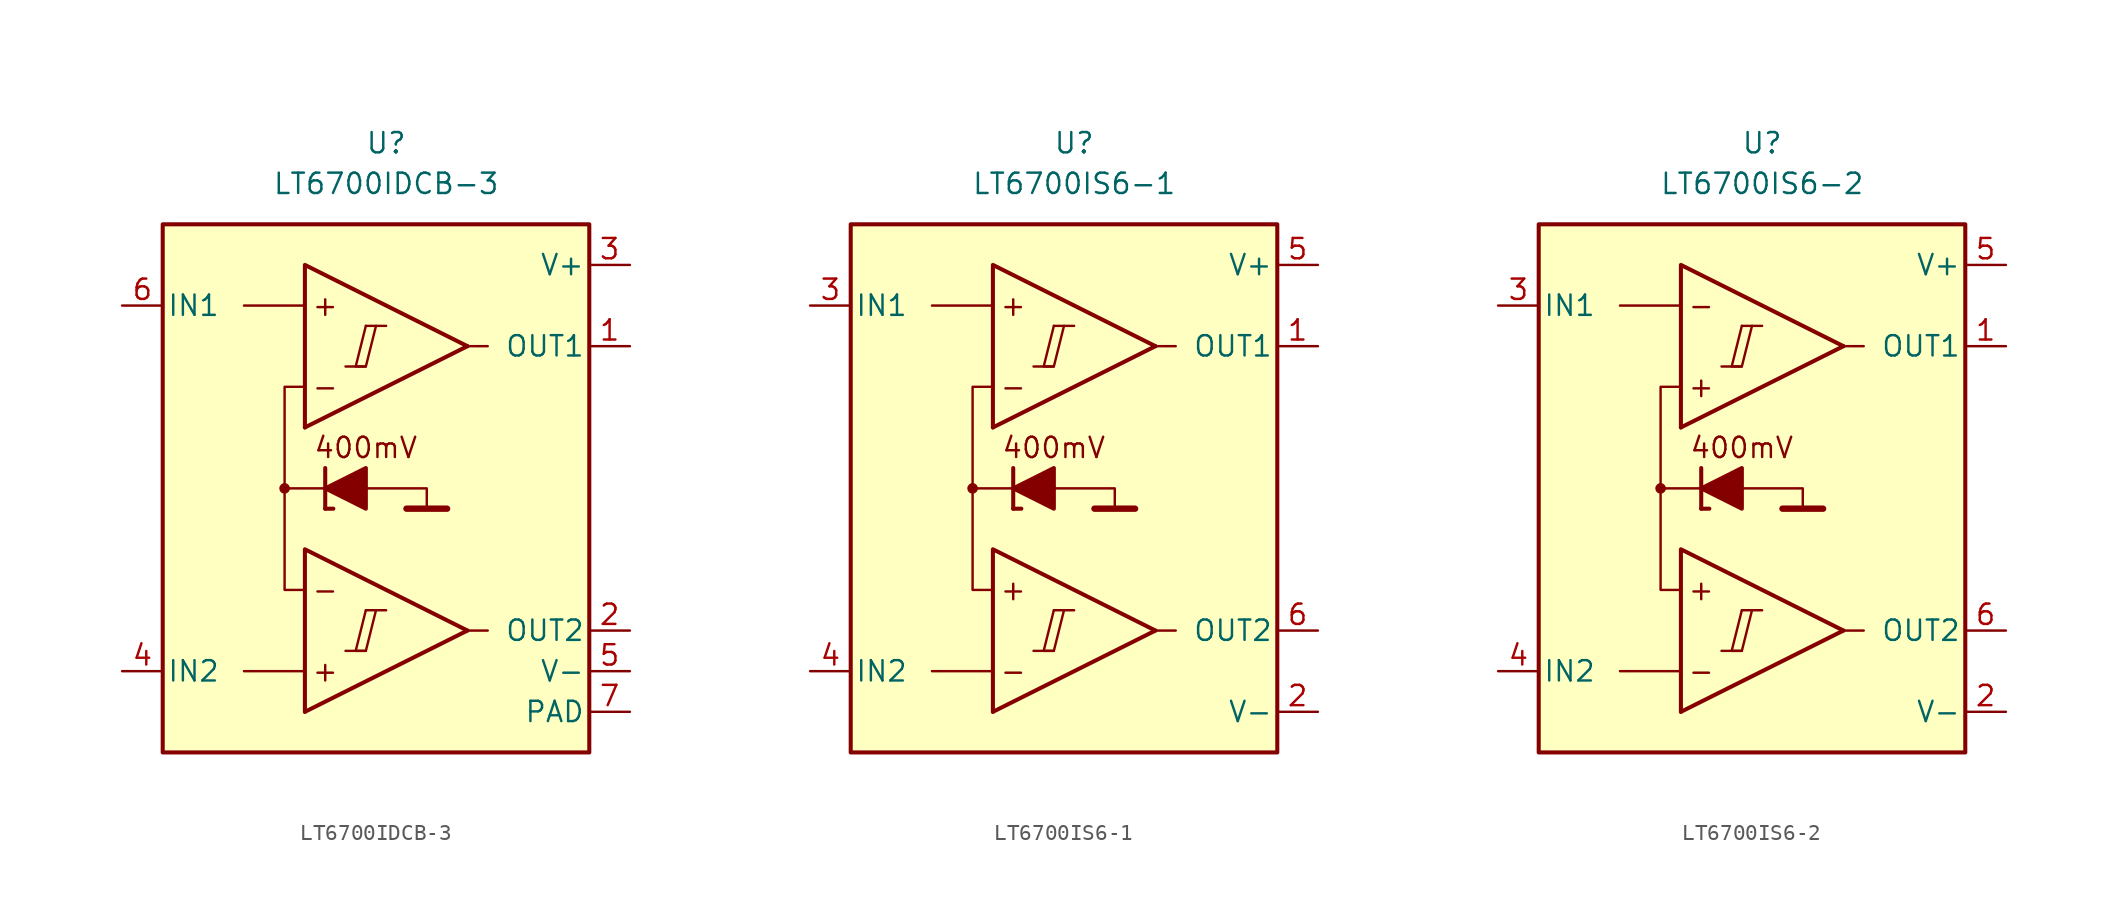
<source format=kicad_sym>
(kicad_symbol_lib
  (version 20231120)
  (generator "kicad_symbol_editor")
  (generator_version "8.0")
  (symbol "LT6700IDCB-3"
    (pin_names
      (offset 0.254))
    (property "Reference" "U"
      (at 0 22.86 0)
      (effects (font (size 1.27 1.27))))
    (property "Value" "LT6700IDCB-3"
      (at 0 20.32 0)
      (effects (font (size 1.27 1.27))))
    (symbol "LT6700IDCB-3_0_0"
      (rectangle (start -13.97 17.78) (end 12.7 -15.24) (stroke (width 0.254) (type default)) (fill (type background)))
      (circle (center -6.35 1.27) (radius 0.254) (stroke (width 0.152) (type default)) (fill (type outline)))
      (polyline (pts (xy -2.54 -8.89) (xy -1.27 -8.89)) (stroke (width 0.152) (type default)) (fill (type none)))
      (polyline (pts (xy -2.54 8.89) (xy -1.27 8.89)) (stroke (width 0.152) (type default)) (fill (type none)))
      (polyline (pts (xy -1.27 -6.35) (xy 0 -6.35)) (stroke (width 0.152) (type default)) (fill (type none)))
      (polyline (pts (xy -1.27 11.43) (xy 0 11.43)) (stroke (width 0.152) (type default)) (fill (type none)))
      (polyline (pts (xy 5.08 -7.62) (xy -5.08 -12.7)) (stroke (width 0.254) (type default)) (fill (type none)))
      (polyline (pts (xy 5.08 10.16) (xy -5.08 5.08)) (stroke (width 0.254) (type default)) (fill (type none)))
      (polyline (pts (xy 5.08 -7.62) (xy -5.08 -2.54) (xy -5.08 -12.7)) (stroke (width 0.254) (type default)) (fill (type background)))
      (polyline (pts (xy 5.08 10.16) (xy -5.08 15.24) (xy -5.08 5.08)) (stroke (width 0.254) (type default)) (fill (type background)))
      (polyline (pts (xy -1.27 -6.35) (xy -1.905 -8.89) (xy -1.27 -8.89) (xy -0.635 -6.35)) (stroke (width 0.152) (type default)) (fill (type none)))
      (polyline (pts (xy -1.27 11.43) (xy -1.905 8.89) (xy -1.27 8.89) (xy -0.635 11.43)) (stroke (width 0.152) (type default)) (fill (type none)))
      (text "+" (at -3.81 -10.16 0) (effects (font (size 1.27 1.27))))
      (text "+" (at -3.81 12.7 0) (effects (font (size 1.27 1.27))))
      (text "-" (at -3.81 -5.08 0) (effects (font (size 1.27 1.27))))
      (text "-" (at -3.81 7.62 0) (effects (font (size 1.27 1.27)))))
    (symbol "LT6700IDCB-3_0_1"
      (polyline (pts (xy -5.08 -10.16) (xy -8.89 -10.16)) (stroke (width 0) (type default)) (fill (type none)))
      (polyline (pts (xy -5.08 12.7) (xy -8.89 12.7)) (stroke (width 0) (type default)) (fill (type none)))
      (polyline (pts (xy -3.81 0) (xy -3.81 2.54)) (stroke (width 0.254) (type default)) (fill (type none)))
      (polyline (pts (xy -3.81 0) (xy -3.302 0)) (stroke (width 0.254) (type default)) (fill (type none)))
      (polyline (pts (xy -3.81 1.27) (xy -6.35 1.27)) (stroke (width 0.152) (type default)) (fill (type none)))
      (polyline (pts (xy 1.27 0) (xy 3.81 0)) (stroke (width 0.4) (type default)) (fill (type none)))
      (polyline (pts (xy 5.08 -7.62) (xy 6.35 -7.62)) (stroke (width 0) (type default)) (fill (type none)))
      (polyline (pts (xy 5.08 10.16) (xy 6.35 10.16)) (stroke (width 0) (type default)) (fill (type none)))
      (polyline (pts (xy -1.27 1.27) (xy 2.54 1.27) (xy 2.54 0)) (stroke (width 0.152) (type default)) (fill (type none)))
      (polyline (pts (xy -5.08 -5.08) (xy -6.35 -5.08) (xy -6.35 7.62) (xy -5.08 7.62)) (stroke (width 0.152) (type default)) (fill (type none)))
      (polyline (pts (xy -1.27 2.54) (xy -1.27 0) (xy -3.81 1.27) (xy -1.27 2.54)) (stroke (width 0.254) (type default)) (fill (type outline))))
    (symbol "LT6700IDCB-3_1_0"
      (text "400mV" (at -1.27 3.81 0) (effects (font (size 1.27 1.27)))))
    (symbol "LT6700IDCB-3_1_1"
      (pin output line (at 15.24 10.16 180) (length 2.54) (name "OUT1" (effects (font (size 1.27 1.27)))) (number "1" (effects (font (size 1.27 1.27)))))
      (pin output line (at 15.24 -7.62 180) (length 2.54) (name "OUT2" (effects (font (size 1.27 1.27)))) (number "2" (effects (font (size 1.27 1.27)))))
      (pin power_in line (at 15.24 15.24 180) (length 2.54) (name "V+" (effects (font (size 1.27 1.27)))) (number "3" (effects (font (size 1.27 1.27)))))
      (pin input line (at -16.51 -10.16 0) (length 2.54) (name "IN2" (effects (font (size 1.27 1.27)))) (number "4" (effects (font (size 1.27 1.27)))))
      (pin power_in line (at 15.24 -10.16 180) (length 2.54) (name "V-" (effects (font (size 1.27 1.27)))) (number "5" (effects (font (size 1.27 1.27)))))
      (pin input line (at -16.51 12.7 0) (length 2.54) (name "IN1" (effects (font (size 1.27 1.27)))) (number "6" (effects (font (size 1.27 1.27)))))
      (pin power_in line (at 15.24 -12.7 180) (length 2.54) (name "PAD" (effects (font (size 1.27 1.27)))) (number "7" (effects (font (size 1.27 1.27)))))))
  (symbol "LT6700IS6-1"
    (pin_names
      (offset 0.254))
    (property "Reference" "U"
      (at 0 22.86 0)
      (effects (font (size 1.27 1.27))))
    (property "Value" "LT6700IS6-1"
      (at 0 20.32 0)
      (effects (font (size 1.27 1.27))))
    (symbol "LT6700IS6-1_0_0"
      (rectangle (start -13.97 17.78) (end 12.7 -15.24) (stroke (width 0.254) (type default)) (fill (type background)))
      (circle (center -6.35 1.27) (radius 0.254) (stroke (width 0.152) (type default)) (fill (type outline)))
      (polyline (pts (xy -2.54 -8.89) (xy -1.27 -8.89)) (stroke (width 0.152) (type default)) (fill (type none)))
      (polyline (pts (xy -2.54 8.89) (xy -1.27 8.89)) (stroke (width 0.152) (type default)) (fill (type none)))
      (polyline (pts (xy -1.27 -6.35) (xy 0 -6.35)) (stroke (width 0.152) (type default)) (fill (type none)))
      (polyline (pts (xy -1.27 11.43) (xy 0 11.43)) (stroke (width 0.152) (type default)) (fill (type none)))
      (polyline (pts (xy 5.08 -7.62) (xy -5.08 -12.7)) (stroke (width 0.254) (type default)) (fill (type none)))
      (polyline (pts (xy 5.08 10.16) (xy -5.08 5.08)) (stroke (width 0.254) (type default)) (fill (type none)))
      (polyline (pts (xy 5.08 -7.62) (xy -5.08 -2.54) (xy -5.08 -12.7)) (stroke (width 0.254) (type default)) (fill (type background)))
      (polyline (pts (xy 5.08 10.16) (xy -5.08 15.24) (xy -5.08 5.08)) (stroke (width 0.254) (type default)) (fill (type background)))
      (polyline (pts (xy -1.27 -6.35) (xy -1.905 -8.89) (xy -1.27 -8.89) (xy -0.635 -6.35)) (stroke (width 0.152) (type default)) (fill (type none)))
      (polyline (pts (xy -1.27 11.43) (xy -1.905 8.89) (xy -1.27 8.89) (xy -0.635 11.43)) (stroke (width 0.152) (type default)) (fill (type none)))
      (text "+" (at -3.81 -5.08 0) (effects (font (size 1.27 1.27))))
      (text "+" (at -3.81 12.7 0) (effects (font (size 1.27 1.27))))
      (text "-" (at -3.81 -10.16 0) (effects (font (size 1.27 1.27))))
      (text "-" (at -3.81 7.62 0) (effects (font (size 1.27 1.27)))))
    (symbol "LT6700IS6-1_0_1"
      (polyline (pts (xy -5.08 -10.16) (xy -8.89 -10.16)) (stroke (width 0) (type default)) (fill (type none)))
      (polyline (pts (xy -5.08 12.7) (xy -8.89 12.7)) (stroke (width 0) (type default)) (fill (type none)))
      (polyline (pts (xy -3.81 0) (xy -3.81 2.54)) (stroke (width 0.254) (type default)) (fill (type none)))
      (polyline (pts (xy -3.81 0) (xy -3.302 0)) (stroke (width 0.254) (type default)) (fill (type none)))
      (polyline (pts (xy -3.81 1.27) (xy -6.35 1.27)) (stroke (width 0.152) (type default)) (fill (type none)))
      (polyline (pts (xy 1.27 0) (xy 3.81 0)) (stroke (width 0.4) (type default)) (fill (type none)))
      (polyline (pts (xy 5.08 -7.62) (xy 6.35 -7.62)) (stroke (width 0) (type default)) (fill (type none)))
      (polyline (pts (xy 5.08 10.16) (xy 6.35 10.16)) (stroke (width 0) (type default)) (fill (type none)))
      (polyline (pts (xy -1.27 1.27) (xy 2.54 1.27) (xy 2.54 0)) (stroke (width 0.152) (type default)) (fill (type none)))
      (polyline (pts (xy -5.08 -5.08) (xy -6.35 -5.08) (xy -6.35 7.62) (xy -5.08 7.62)) (stroke (width 0.152) (type default)) (fill (type none)))
      (polyline (pts (xy -1.27 2.54) (xy -1.27 0) (xy -3.81 1.27) (xy -1.27 2.54)) (stroke (width 0.254) (type default)) (fill (type outline))))
    (symbol "LT6700IS6-1_1_0"
      (text "400mV" (at -1.27 3.81 0) (effects (font (size 1.27 1.27)))))
    (symbol "LT6700IS6-1_1_1"
      (pin output line (at 15.24 10.16 180) (length 2.54) (name "OUT1" (effects (font (size 1.27 1.27)))) (number "1" (effects (font (size 1.27 1.27)))))
      (pin power_in line (at 15.24 -12.7 180) (length 2.54) (name "V-" (effects (font (size 1.27 1.27)))) (number "2" (effects (font (size 1.27 1.27)))))
      (pin input line (at -16.51 12.7 0) (length 2.54) (name "IN1" (effects (font (size 1.27 1.27)))) (number "3" (effects (font (size 1.27 1.27)))))
      (pin input line (at -16.51 -10.16 0) (length 2.54) (name "IN2" (effects (font (size 1.27 1.27)))) (number "4" (effects (font (size 1.27 1.27)))))
      (pin power_in line (at 15.24 15.24 180) (length 2.54) (name "V+" (effects (font (size 1.27 1.27)))) (number "5" (effects (font (size 1.27 1.27)))))
      (pin output line (at 15.24 -7.62 180) (length 2.54) (name "OUT2" (effects (font (size 1.27 1.27)))) (number "6" (effects (font (size 1.27 1.27)))))))
  (symbol "LT6700IS6-2"
    (pin_names
      (offset 0.254))
    (property "Reference" "U"
      (at 0 22.86 0)
      (effects (font (size 1.27 1.27))))
    (property "Value" "LT6700IS6-2"
      (at 0 20.32 0)
      (effects (font (size 1.27 1.27))))
    (symbol "LT6700IS6-2_0_0"
      (rectangle (start -13.97 17.78) (end 12.7 -15.24) (stroke (width 0.254) (type default)) (fill (type background)))
      (circle (center -6.35 1.27) (radius 0.254) (stroke (width 0.152) (type default)) (fill (type outline)))
      (polyline (pts (xy -2.54 -8.89) (xy -1.27 -8.89)) (stroke (width 0.152) (type default)) (fill (type none)))
      (polyline (pts (xy -2.54 8.89) (xy -1.27 8.89)) (stroke (width 0.152) (type default)) (fill (type none)))
      (polyline (pts (xy -1.27 -6.35) (xy 0 -6.35)) (stroke (width 0.152) (type default)) (fill (type none)))
      (polyline (pts (xy -1.27 11.43) (xy 0 11.43)) (stroke (width 0.152) (type default)) (fill (type none)))
      (polyline (pts (xy 5.08 -7.62) (xy -5.08 -12.7)) (stroke (width 0.254) (type default)) (fill (type none)))
      (polyline (pts (xy 5.08 10.16) (xy -5.08 5.08)) (stroke (width 0.254) (type default)) (fill (type none)))
      (polyline (pts (xy 5.08 -7.62) (xy -5.08 -2.54) (xy -5.08 -12.7)) (stroke (width 0.254) (type default)) (fill (type background)))
      (polyline (pts (xy 5.08 10.16) (xy -5.08 15.24) (xy -5.08 5.08)) (stroke (width 0.254) (type default)) (fill (type background)))
      (polyline (pts (xy -1.27 -6.35) (xy -1.905 -8.89) (xy -1.27 -8.89) (xy -0.635 -6.35)) (stroke (width 0.152) (type default)) (fill (type none)))
      (polyline (pts (xy -1.27 11.43) (xy -1.905 8.89) (xy -1.27 8.89) (xy -0.635 11.43)) (stroke (width 0.152) (type default)) (fill (type none)))
      (text "+" (at -3.81 -5.08 0) (effects (font (size 1.27 1.27))))
      (text "+" (at -3.81 7.62 0) (effects (font (size 1.27 1.27))))
      (text "-" (at -3.81 -10.16 0) (effects (font (size 1.27 1.27))))
      (text "-" (at -3.81 12.7 0) (effects (font (size 1.27 1.27)))))
    (symbol "LT6700IS6-2_0_1"
      (polyline (pts (xy -5.08 -10.16) (xy -8.89 -10.16)) (stroke (width 0) (type default)) (fill (type none)))
      (polyline (pts (xy -5.08 12.7) (xy -8.89 12.7)) (stroke (width 0) (type default)) (fill (type none)))
      (polyline (pts (xy -3.81 0) (xy -3.81 2.54)) (stroke (width 0.254) (type default)) (fill (type none)))
      (polyline (pts (xy -3.81 0) (xy -3.302 0)) (stroke (width 0.254) (type default)) (fill (type none)))
      (polyline (pts (xy -3.81 1.27) (xy -6.35 1.27)) (stroke (width 0.152) (type default)) (fill (type none)))
      (polyline (pts (xy 1.27 0) (xy 3.81 0)) (stroke (width 0.4) (type default)) (fill (type none)))
      (polyline (pts (xy 5.08 -7.62) (xy 6.35 -7.62)) (stroke (width 0) (type default)) (fill (type none)))
      (polyline (pts (xy 5.08 10.16) (xy 6.35 10.16)) (stroke (width 0) (type default)) (fill (type none)))
      (polyline (pts (xy -1.27 1.27) (xy 2.54 1.27) (xy 2.54 0)) (stroke (width 0.152) (type default)) (fill (type none)))
      (polyline (pts (xy -5.08 -5.08) (xy -6.35 -5.08) (xy -6.35 7.62) (xy -5.08 7.62)) (stroke (width 0.152) (type default)) (fill (type none)))
      (polyline (pts (xy -1.27 2.54) (xy -1.27 0) (xy -3.81 1.27) (xy -1.27 2.54)) (stroke (width 0.254) (type default)) (fill (type outline))))
    (symbol "LT6700IS6-2_1_0"
      (text "400mV" (at -1.27 3.81 0) (effects (font (size 1.27 1.27)))))
    (symbol "LT6700IS6-2_1_1"
      (pin output line (at 15.24 10.16 180) (length 2.54) (name "OUT1" (effects (font (size 1.27 1.27)))) (number "1" (effects (font (size 1.27 1.27)))))
      (pin power_in line (at 15.24 -12.7 180) (length 2.54) (name "V-" (effects (font (size 1.27 1.27)))) (number "2" (effects (font (size 1.27 1.27)))))
      (pin input line (at -16.51 12.7 0) (length 2.54) (name "IN1" (effects (font (size 1.27 1.27)))) (number "3" (effects (font (size 1.27 1.27)))))
      (pin input line (at -16.51 -10.16 0) (length 2.54) (name "IN2" (effects (font (size 1.27 1.27)))) (number "4" (effects (font (size 1.27 1.27)))))
      (pin power_in line (at 15.24 15.24 180) (length 2.54) (name "V+" (effects (font (size 1.27 1.27)))) (number "5" (effects (font (size 1.27 1.27)))))
      (pin output line (at 15.24 -7.62 180) (length 2.54) (name "OUT2" (effects (font (size 1.27 1.27)))) (number "6" (effects (font (size 1.27 1.27))))))))
</source>
